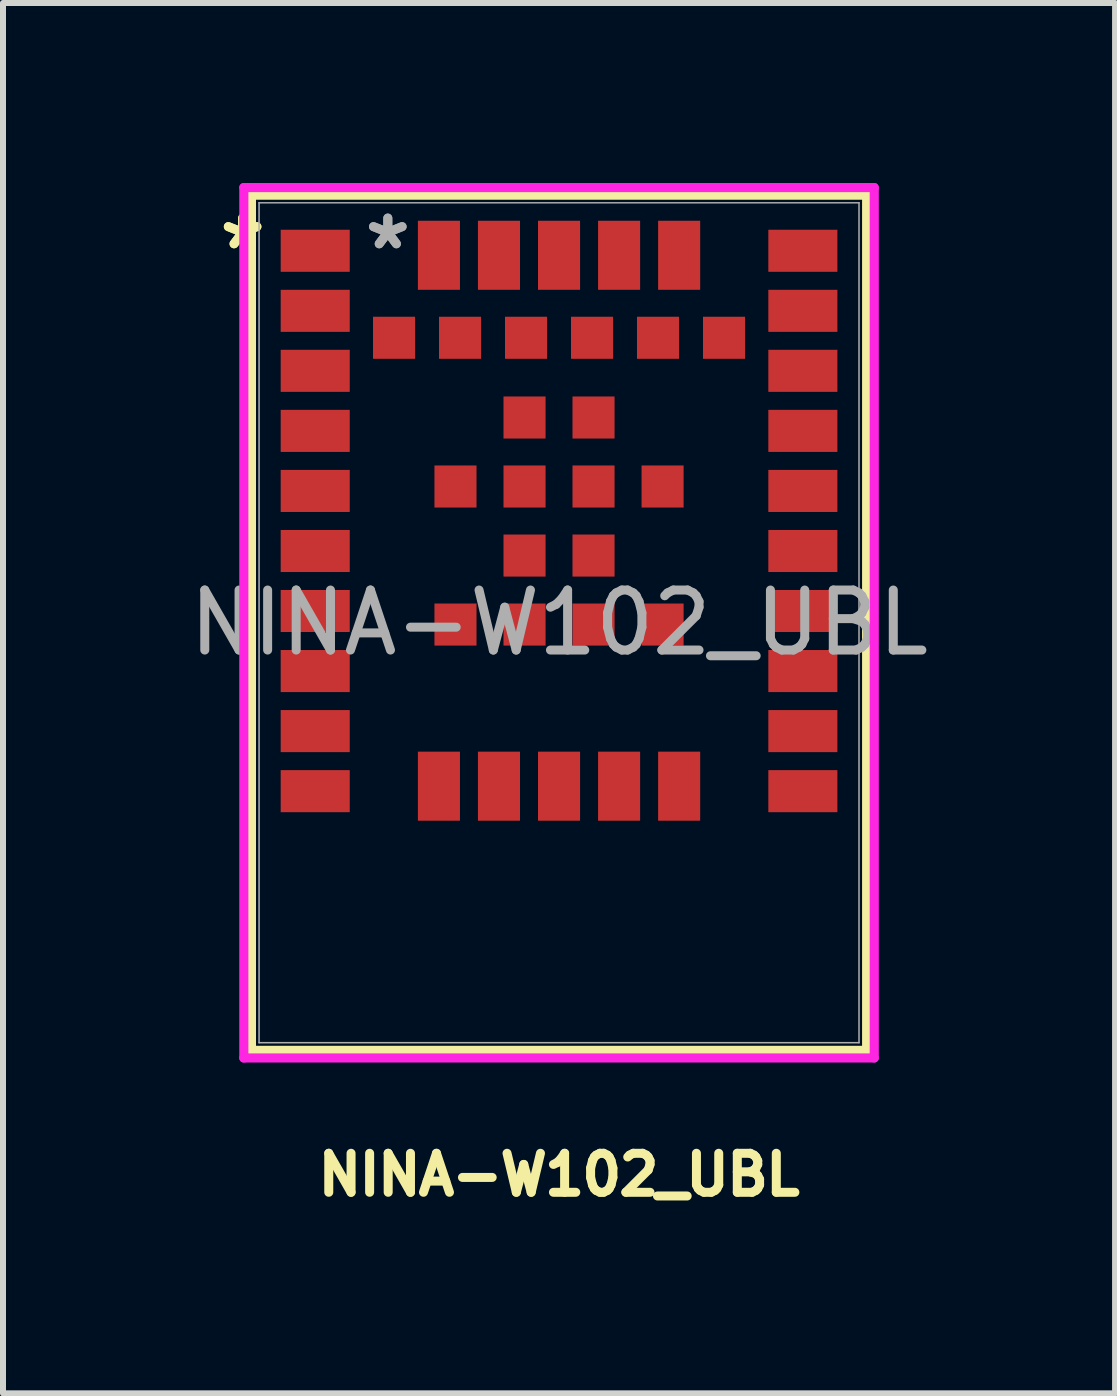
<source format=kicad_pcb>
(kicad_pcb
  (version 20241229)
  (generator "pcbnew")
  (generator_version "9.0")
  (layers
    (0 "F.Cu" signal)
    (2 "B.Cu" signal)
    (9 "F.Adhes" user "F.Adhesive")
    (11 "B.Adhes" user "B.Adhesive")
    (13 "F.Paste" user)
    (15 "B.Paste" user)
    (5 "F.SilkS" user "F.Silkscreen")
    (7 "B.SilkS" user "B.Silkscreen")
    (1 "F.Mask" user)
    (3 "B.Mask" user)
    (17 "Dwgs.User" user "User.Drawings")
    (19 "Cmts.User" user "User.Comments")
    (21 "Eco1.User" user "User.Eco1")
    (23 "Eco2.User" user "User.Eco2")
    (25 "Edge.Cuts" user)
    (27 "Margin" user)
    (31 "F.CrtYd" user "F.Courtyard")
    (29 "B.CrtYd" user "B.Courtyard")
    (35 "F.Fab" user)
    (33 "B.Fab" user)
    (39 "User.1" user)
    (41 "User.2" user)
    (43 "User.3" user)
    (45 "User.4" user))
  (footprint "NINA-W102_UBL"
    (layer "F.Cu")
    (at 6.268 7.33)
    (property "Reference" "NINA-W102_UBL" (at 0 9.2 0) (unlocked yes) (layer "F.SilkS") (effects (font (size 0.65 0.65) (thickness 0.15))))
    (attr smd)
    (fp_line (start -5.127 -7.127) (end 5.127 -7.127) (stroke (width 0.152) (type solid)) (layer "F.SilkS"))
    (fp_line (start -5.127 7.127) (end -5.127 -7.127) (stroke (width 0.152) (type solid)) (layer "F.SilkS"))
    (fp_line (start 5.127 -7.127) (end 5.127 7.127) (stroke (width 0.152) (type solid)) (layer "F.SilkS"))
    (fp_line (start 5.127 7.127) (end -5.127 7.127) (stroke (width 0.152) (type solid)) (layer "F.SilkS"))
    (fp_line (start -5.254 -7.254) (end -5.254 7.254) (stroke (width 0.152) (type solid)) (layer "F.CrtYd"))
    (fp_line (start -5.254 7.254) (end 5.254 7.254) (stroke (width 0.152) (type solid)) (layer "F.CrtYd"))
    (fp_line (start 5.254 -7.254) (end -5.254 -7.254) (stroke (width 0.152) (type solid)) (layer "F.CrtYd"))
    (fp_line (start 5.254 7.254) (end 5.254 -7.254) (stroke (width 0.152) (type solid)) (layer "F.CrtYd"))
    (fp_line (start -5 -7) (end -5 7) (stroke (width 0.025) (type solid)) (layer "F.Fab"))
    (fp_line (start -5 7) (end 5 7) (stroke (width 0.025) (type solid)) (layer "F.Fab"))
    (fp_line (start 5 -7) (end -5 -7) (stroke (width 0.025) (type solid)) (layer "F.Fab"))
    (fp_line (start 5 7) (end 5 -7) (stroke (width 0.025) (type solid)) (layer "F.Fab"))
    (fp_text user "*" (at -5.274 -6.2 0) (unlocked yes) (layer "F.SilkS") (effects (font (size 1 1) (thickness 0.15))))
    (fp_text user "*" (at -5.274 -6.2 0) (layer "F.SilkS") (effects (font (size 1 1) (thickness 0.15))))
    (fp_text user "*" (at -2.854 -6.2 0) (layer "F.Fab") (effects (font (size 1 1) (thickness 0.15))))
    (fp_text user "${REFERENCE}" (at 0 0 0) (unlocked yes) (layer "F.Fab") (effects (font (size 1 1) (thickness 0.15))))
    (fp_text user "*" (at -2.854 -6.2 0) (unlocked yes) (layer "F.Fab") (effects (font (size 1 1) (thickness 0.15))))
    (pad "1" smd rect (at -4.064 -6.2) (size 1.151 0.701) (layers "F.Cu" "F.Mask" "F.Paste"))
    (pad "2" smd rect (at -4.064 -5.199) (size 1.151 0.701) (layers "F.Cu" "F.Mask" "F.Paste"))
    (pad "3" smd rect (at -4.064 -4.199) (size 1.151 0.701) (layers "F.Cu" "F.Mask" "F.Paste"))
    (pad "4" smd rect (at -4.064 -3.198) (size 1.151 0.701) (layers "F.Cu" "F.Mask" "F.Paste"))
    (pad "5" smd rect (at -4.064 -2.197) (size 1.151 0.701) (layers "F.Cu" "F.Mask" "F.Paste"))
    (pad "6" smd rect (at -4.064 -1.196) (size 1.151 0.701) (layers "F.Cu" "F.Mask" "F.Paste"))
    (pad "7" smd rect (at -4.064 -0.196) (size 1.151 0.701) (layers "F.Cu" "F.Mask" "F.Paste"))
    (pad "8" smd rect (at -4.064 0.805) (size 1.151 0.701) (layers "F.Cu" "F.Mask" "F.Paste"))
    (pad "9" smd rect (at -4.064 1.806) (size 1.151 0.701) (layers "F.Cu" "F.Mask" "F.Paste"))
    (pad "10" smd rect (at -4.064 2.807) (size 1.151 0.701) (layers "F.Cu" "F.Mask" "F.Paste"))
    (pad "11" smd rect (at -2.002 2.724 90) (size 1.151 0.701) (layers "F.Cu" "F.Mask" "F.Paste"))
    (pad "12" smd rect (at -1.001 2.724 90) (size 1.151 0.701) (layers "F.Cu" "F.Mask" "F.Paste"))
    (pad "13" smd rect (at 0 2.724 90) (size 1.151 0.701) (layers "F.Cu" "F.Mask" "F.Paste"))
    (pad "14" smd rect (at 1.001 2.724 90) (size 1.151 0.701) (layers "F.Cu" "F.Mask" "F.Paste"))
    (pad "15" smd rect (at 2.002 2.724 90) (size 1.151 0.701) (layers "F.Cu" "F.Mask" "F.Paste"))
    (pad "16" smd rect (at 4.064 2.807) (size 1.151 0.701) (layers "F.Cu" "F.Mask" "F.Paste"))
    (pad "17" smd rect (at 4.064 1.806) (size 1.151 0.701) (layers "F.Cu" "F.Mask" "F.Paste"))
    (pad "18" smd rect (at 4.064 0.805) (size 1.151 0.701) (layers "F.Cu" "F.Mask" "F.Paste"))
    (pad "19" smd rect (at 4.064 -0.196) (size 1.151 0.701) (layers "F.Cu" "F.Mask" "F.Paste"))
    (pad "20" smd rect (at 4.064 -1.196) (size 1.151 0.701) (layers "F.Cu" "F.Mask" "F.Paste"))
    (pad "21" smd rect (at 4.064 -2.197) (size 1.151 0.701) (layers "F.Cu" "F.Mask" "F.Paste"))
    (pad "22" smd rect (at 4.064 -3.198) (size 1.151 0.701) (layers "F.Cu" "F.Mask" "F.Paste"))
    (pad "23" smd rect (at 4.064 -4.199) (size 1.151 0.701) (layers "F.Cu" "F.Mask" "F.Paste"))
    (pad "24" smd rect (at 4.064 -5.199) (size 1.151 0.701) (layers "F.Cu" "F.Mask" "F.Paste"))
    (pad "25" smd rect (at 4.064 -6.2) (size 1.151 0.701) (layers "F.Cu" "F.Mask" "F.Paste"))
    (pad "26" smd rect (at 2.002 -6.125 90) (size 1.151 0.701) (layers "F.Cu" "F.Mask" "F.Paste"))
    (pad "27" smd rect (at 1.001 -6.125 90) (size 1.151 0.701) (layers "F.Cu" "F.Mask" "F.Paste"))
    (pad "28" smd rect (at 0 -6.125 90) (size 1.151 0.701) (layers "F.Cu" "F.Mask" "F.Paste"))
    (pad "29" smd rect (at -1.001 -6.125 90) (size 1.151 0.701) (layers "F.Cu" "F.Mask" "F.Paste"))
    (pad "30" smd rect (at -2.002 -6.125 90) (size 1.151 0.701) (layers "F.Cu" "F.Mask" "F.Paste"))
    (pad "31" smd rect (at -2.75 -4.75 90) (size 0.701 0.701) (layers "F.Cu" "F.Mask" "F.Paste"))
    (pad "32" smd rect (at -1.65 -4.75 90) (size 0.701 0.701) (layers "F.Cu" "F.Mask" "F.Paste"))
    (pad "33" smd rect (at -0.55 -4.75 90) (size 0.701 0.701) (layers "F.Cu" "F.Mask" "F.Paste"))
    (pad "34" smd rect (at 0.55 -4.75 90) (size 0.701 0.701) (layers "F.Cu" "F.Mask" "F.Paste"))
    (pad "35" smd rect (at 1.65 -4.75 90) (size 0.701 0.701) (layers "F.Cu" "F.Mask" "F.Paste"))
    (pad "36" smd rect (at 2.75 -4.75 90) (size 0.701 0.701) (layers "F.Cu" "F.Mask" "F.Paste"))
    (pad "37" smd rect (at -0.575 -3.421 90) (size 0.701 0.701) (layers "F.Cu" "F.Mask" "F.Paste"))
    (pad "38" smd rect (at 0.575 -3.421 90) (size 0.701 0.701) (layers "F.Cu" "F.Mask" "F.Paste"))
    (pad "39" smd rect (at -1.726 -2.271 90) (size 0.701 0.701) (layers "F.Cu" "F.Mask" "F.Paste"))
    (pad "40" smd rect (at -0.575 -2.271 90) (size 0.701 0.701) (layers "F.Cu" "F.Mask" "F.Paste"))
    (pad "41" smd rect (at 0.575 -2.271 90) (size 0.701 0.701) (layers "F.Cu" "F.Mask" "F.Paste"))
    (pad "42" smd rect (at 1.726 -2.271 90) (size 0.701 0.701) (layers "F.Cu" "F.Mask" "F.Paste"))
    (pad "43" smd rect (at -0.575 -1.12 90) (size 0.701 0.701) (layers "F.Cu" "F.Mask" "F.Paste"))
    (pad "44" smd rect (at 0.575 -1.12 90) (size 0.701 0.701) (layers "F.Cu" "F.Mask" "F.Paste"))
    (pad "45" smd rect (at -1.726 0.03 90) (size 0.701 0.701) (layers "F.Cu" "F.Mask" "F.Paste"))
    (pad "46" smd rect (at -0.575 0.03 90) (size 0.701 0.701) (layers "F.Cu" "F.Mask" "F.Paste"))
    (pad "47" smd rect (at 0.575 0.03 90) (size 0.701 0.701) (layers "F.Cu" "F.Mask" "F.Paste"))
    (pad "48" smd rect (at 1.726 0.03 90) (size 0.701 0.701) (layers "F.Cu" "F.Mask" "F.Paste")))
  (gr_rect
    (start -3 -3)
    (end 15.536 20.174)
    (stroke (width 0.1) (type default))
    (fill no)
    (layer "Edge.Cuts")))
</source>
